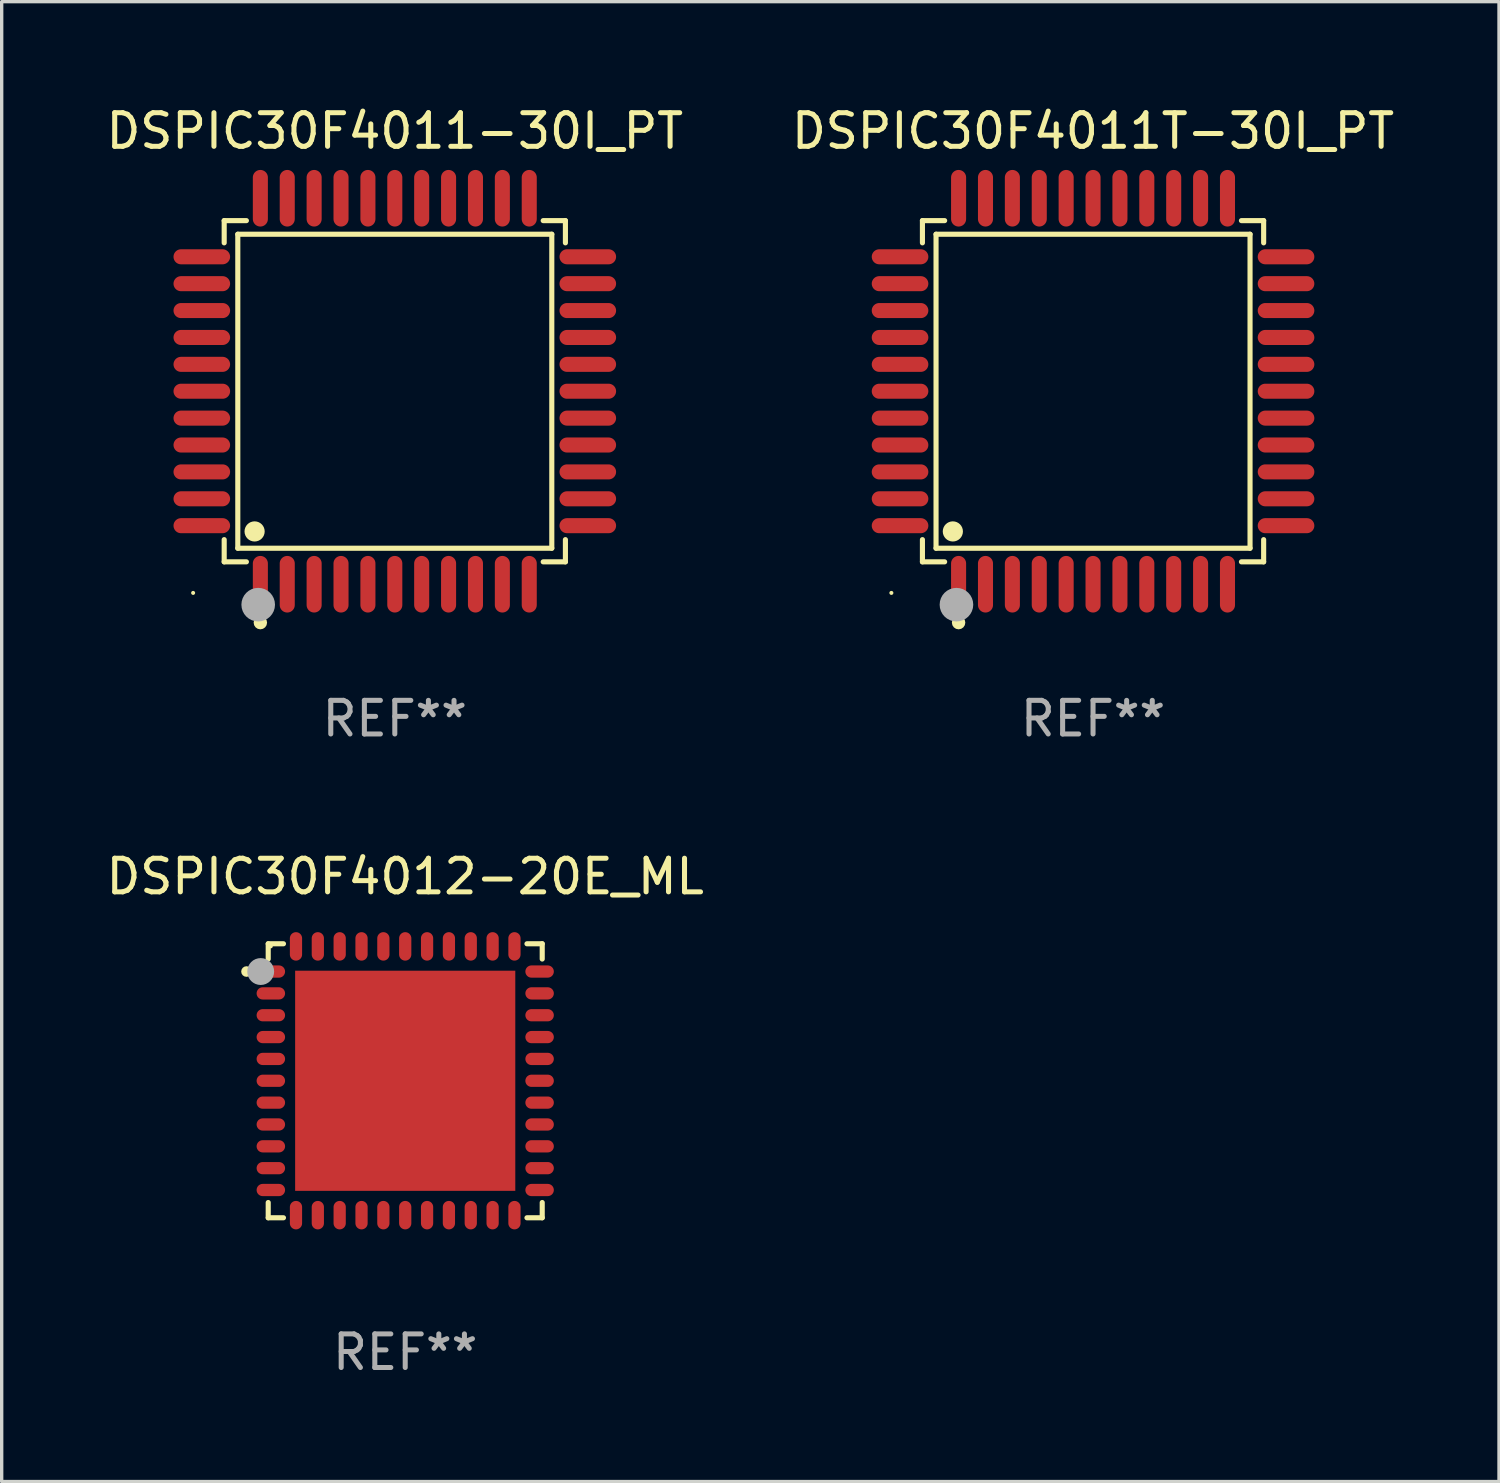
<source format=kicad_pcb>
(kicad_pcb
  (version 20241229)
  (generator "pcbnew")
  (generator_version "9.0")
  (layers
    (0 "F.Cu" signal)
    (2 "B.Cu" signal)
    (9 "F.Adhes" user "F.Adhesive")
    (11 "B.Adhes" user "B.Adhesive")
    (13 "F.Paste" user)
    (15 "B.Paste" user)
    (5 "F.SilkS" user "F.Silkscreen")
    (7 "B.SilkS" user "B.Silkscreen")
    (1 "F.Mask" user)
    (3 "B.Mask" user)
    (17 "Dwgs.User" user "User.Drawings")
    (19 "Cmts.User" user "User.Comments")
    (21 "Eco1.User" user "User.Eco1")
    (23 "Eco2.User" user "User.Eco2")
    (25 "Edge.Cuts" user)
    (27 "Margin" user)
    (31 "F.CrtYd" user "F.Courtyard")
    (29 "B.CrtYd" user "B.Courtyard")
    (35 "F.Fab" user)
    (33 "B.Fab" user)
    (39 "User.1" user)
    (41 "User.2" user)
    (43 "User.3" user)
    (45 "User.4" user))
  (footprint "DSPIC30F4011-30I_PT"
    (layer "F.Cu")
    (at 8.696 8.59)
    (property "Reference" "DSPIC30F4011-30I_PT" (at 0 -7.742 0) (layer "F.SilkS") (effects (font (size 1 1) (thickness 0.15))))
    (attr through_hole)
    (fp_line (start -5.076 -5.076) (end -4.415 -5.076) (stroke (width 0.152) (type solid)) (layer "F.SilkS"))
    (fp_line (start -5.076 -4.415) (end -5.076 -5.076) (stroke (width 0.152) (type solid)) (layer "F.SilkS"))
    (fp_line (start -5.076 4.415) (end -5.076 5.076) (stroke (width 0.152) (type solid)) (layer "F.SilkS"))
    (fp_line (start -5.076 5.076) (end -4.415 5.076) (stroke (width 0.152) (type solid)) (layer "F.SilkS"))
    (fp_line (start -4.671 -4.671) (end 4.671 -4.671) (stroke (width 0.152) (type solid)) (layer "F.SilkS"))
    (fp_line (start -4.671 4.671) (end -4.671 -4.671) (stroke (width 0.152) (type solid)) (layer "F.SilkS"))
    (fp_line (start 4.671 -4.671) (end 4.671 4.671) (stroke (width 0.152) (type solid)) (layer "F.SilkS"))
    (fp_line (start 4.671 4.671) (end -4.671 4.671) (stroke (width 0.152) (type solid)) (layer "F.SilkS"))
    (fp_line (start 5.076 -5.076) (end 4.415 -5.076) (stroke (width 0.152) (type solid)) (layer "F.SilkS"))
    (fp_line (start 5.076 -4.415) (end 5.076 -5.076) (stroke (width 0.152) (type solid)) (layer "F.SilkS"))
    (fp_line (start 5.076 4.415) (end 5.076 5.076) (stroke (width 0.152) (type solid)) (layer "F.SilkS"))
    (fp_line (start 5.076 5.076) (end 4.415 5.076) (stroke (width 0.152) (type solid)) (layer "F.SilkS"))
    (fp_circle (center -6 6) (end -5.97 6) (stroke (width 0.06) (type solid)) (fill no) (layer "F.SilkS"))
    (fp_circle (center -4.171 4.171) (end -4.021 4.171) (stroke (width 0.3) (type solid)) (fill no) (layer "F.SilkS"))
    (fp_circle (center -4 6.884) (end -3.9 6.884) (stroke (width 0.2) (type solid)) (fill no) (layer "F.SilkS"))
    (fp_circle (center -4.064 6.35) (end -3.814 6.35) (stroke (width 0.5) (type solid)) (fill no) (layer "F.Fab"))
    (fp_text user "REF**" (at 0 9.742 0) (layer "F.Fab") (effects (font (size 1 1) (thickness 0.15))))
    (pad "1" smd oval (at -4 5.742) (size 0.448 1.684) (layers "F.Cu" "F.Mask" "F.Paste"))
    (pad "2" smd oval (at -3.2 5.742) (size 0.448 1.684) (layers "F.Cu" "F.Mask" "F.Paste"))
    (pad "3" smd oval (at -2.4 5.742) (size 0.448 1.684) (layers "F.Cu" "F.Mask" "F.Paste"))
    (pad "4" smd oval (at -1.6 5.742) (size 0.448 1.684) (layers "F.Cu" "F.Mask" "F.Paste"))
    (pad "5" smd oval (at -0.8 5.742) (size 0.448 1.684) (layers "F.Cu" "F.Mask" "F.Paste"))
    (pad "6" smd oval (at 0 5.742) (size 0.448 1.684) (layers "F.Cu" "F.Mask" "F.Paste"))
    (pad "7" smd oval (at 0.8 5.742) (size 0.448 1.684) (layers "F.Cu" "F.Mask" "F.Paste"))
    (pad "8" smd oval (at 1.6 5.742) (size 0.448 1.684) (layers "F.Cu" "F.Mask" "F.Paste"))
    (pad "9" smd oval (at 2.4 5.742) (size 0.448 1.684) (layers "F.Cu" "F.Mask" "F.Paste"))
    (pad "10" smd oval (at 3.2 5.742) (size 0.448 1.684) (layers "F.Cu" "F.Mask" "F.Paste"))
    (pad "11" smd oval (at 4 5.742) (size 0.448 1.684) (layers "F.Cu" "F.Mask" "F.Paste"))
    (pad "12" smd oval (at 5.742 4) (size 1.684 0.448) (layers "F.Cu" "F.Mask" "F.Paste"))
    (pad "13" smd oval (at 5.742 3.2) (size 1.684 0.448) (layers "F.Cu" "F.Mask" "F.Paste"))
    (pad "14" smd oval (at 5.742 2.4) (size 1.684 0.448) (layers "F.Cu" "F.Mask" "F.Paste"))
    (pad "15" smd oval (at 5.742 1.6) (size 1.684 0.448) (layers "F.Cu" "F.Mask" "F.Paste"))
    (pad "16" smd oval (at 5.742 0.8) (size 1.684 0.448) (layers "F.Cu" "F.Mask" "F.Paste"))
    (pad "17" smd oval (at 5.742 0) (size 1.684 0.448) (layers "F.Cu" "F.Mask" "F.Paste"))
    (pad "18" smd oval (at 5.742 -0.8) (size 1.684 0.448) (layers "F.Cu" "F.Mask" "F.Paste"))
    (pad "19" smd oval (at 5.742 -1.6) (size 1.684 0.448) (layers "F.Cu" "F.Mask" "F.Paste"))
    (pad "20" smd oval (at 5.742 -2.4) (size 1.684 0.448) (layers "F.Cu" "F.Mask" "F.Paste"))
    (pad "21" smd oval (at 5.742 -3.2) (size 1.684 0.448) (layers "F.Cu" "F.Mask" "F.Paste"))
    (pad "22" smd oval (at 5.742 -4) (size 1.684 0.448) (layers "F.Cu" "F.Mask" "F.Paste"))
    (pad "23" smd oval (at 4 -5.742) (size 0.448 1.684) (layers "F.Cu" "F.Mask" "F.Paste"))
    (pad "24" smd oval (at 3.2 -5.742) (size 0.448 1.684) (layers "F.Cu" "F.Mask" "F.Paste"))
    (pad "25" smd oval (at 2.4 -5.742) (size 0.448 1.684) (layers "F.Cu" "F.Mask" "F.Paste"))
    (pad "26" smd oval (at 1.6 -5.742) (size 0.448 1.684) (layers "F.Cu" "F.Mask" "F.Paste"))
    (pad "27" smd oval (at 0.8 -5.742) (size 0.448 1.684) (layers "F.Cu" "F.Mask" "F.Paste"))
    (pad "28" smd oval (at 0 -5.742) (size 0.448 1.684) (layers "F.Cu" "F.Mask" "F.Paste"))
    (pad "29" smd oval (at -0.8 -5.742) (size 0.448 1.684) (layers "F.Cu" "F.Mask" "F.Paste"))
    (pad "30" smd oval (at -1.6 -5.742) (size 0.448 1.684) (layers "F.Cu" "F.Mask" "F.Paste"))
    (pad "31" smd oval (at -2.4 -5.742) (size 0.448 1.684) (layers "F.Cu" "F.Mask" "F.Paste"))
    (pad "32" smd oval (at -3.2 -5.742) (size 0.448 1.684) (layers "F.Cu" "F.Mask" "F.Paste"))
    (pad "33" smd oval (at -4 -5.742) (size 0.448 1.684) (layers "F.Cu" "F.Mask" "F.Paste"))
    (pad "34" smd oval (at -5.742 -4) (size 1.684 0.448) (layers "F.Cu" "F.Mask" "F.Paste"))
    (pad "35" smd oval (at -5.742 -3.2) (size 1.684 0.448) (layers "F.Cu" "F.Mask" "F.Paste"))
    (pad "36" smd oval (at -5.742 -2.4) (size 1.684 0.448) (layers "F.Cu" "F.Mask" "F.Paste"))
    (pad "37" smd oval (at -5.742 -1.6) (size 1.684 0.448) (layers "F.Cu" "F.Mask" "F.Paste"))
    (pad "38" smd oval (at -5.742 -0.8) (size 1.684 0.448) (layers "F.Cu" "F.Mask" "F.Paste"))
    (pad "39" smd oval (at -5.742 0) (size 1.684 0.448) (layers "F.Cu" "F.Mask" "F.Paste"))
    (pad "40" smd oval (at -5.742 0.8) (size 1.684 0.448) (layers "F.Cu" "F.Mask" "F.Paste"))
    (pad "41" smd oval (at -5.742 1.6) (size 1.684 0.448) (layers "F.Cu" "F.Mask" "F.Paste"))
    (pad "42" smd oval (at -5.742 2.4) (size 1.684 0.448) (layers "F.Cu" "F.Mask" "F.Paste"))
    (pad "43" smd oval (at -5.742 3.2) (size 1.684 0.448) (layers "F.Cu" "F.Mask" "F.Paste"))
    (pad "44" smd oval (at -5.742 4) (size 1.684 0.448) (layers "F.Cu" "F.Mask" "F.Paste")))
  (footprint "DSPIC30F4012-20E_ML"
    (layer "F.Cu")
    (at 9.006 29.105)
    (property "Reference" "DSPIC30F4012-20E_ML" (at 0 -6.076 0) (layer "F.SilkS") (effects (font (size 1 1) (thickness 0.15))))
    (attr through_hole)
    (fp_line (start -4.076 -4.076) (end -4.076 -3.622) (stroke (width 0.152) (type solid)) (layer "F.SilkS"))
    (fp_line (start -4.076 4.076) (end -4.076 3.622) (stroke (width 0.152) (type solid)) (layer "F.SilkS"))
    (fp_line (start -3.622 -4.076) (end -4.076 -4.076) (stroke (width 0.152) (type solid)) (layer "F.SilkS"))
    (fp_line (start -3.622 4.076) (end -4.076 4.076) (stroke (width 0.152) (type solid)) (layer "F.SilkS"))
    (fp_line (start 3.622 -4.076) (end 4.076 -4.076) (stroke (width 0.152) (type solid)) (layer "F.SilkS"))
    (fp_line (start 3.622 4.076) (end 4.076 4.076) (stroke (width 0.152) (type solid)) (layer "F.SilkS"))
    (fp_line (start 4.076 -4.076) (end 4.076 -3.622) (stroke (width 0.152) (type solid)) (layer "F.SilkS"))
    (fp_line (start 4.076 4.076) (end 4.076 3.622) (stroke (width 0.152) (type solid)) (layer "F.SilkS"))
    (fp_circle (center -4.722 -3.25) (end -4.643 -3.25) (stroke (width 0.158) (type solid)) (fill no) (layer "F.SilkS"))
    (fp_circle (center -4 -4) (end -3.97 -4) (stroke (width 0.06) (type solid)) (fill no) (layer "F.SilkS"))
    (fp_circle (center -4.3 -3.25) (end -4.1 -3.25) (stroke (width 0.4) (type solid)) (fill no) (layer "F.Fab"))
    (fp_text user "REF**" (at 0 8.076 0) (layer "F.Fab") (effects (font (size 1 1) (thickness 0.15))))
    (pad "1" smd oval (at -3.998 -3.25 270) (size 0.364 0.847) (layers "F.Cu" "F.Mask" "F.Paste"))
    (pad "2" smd oval (at -3.998 -2.6 270) (size 0.364 0.847) (layers "F.Cu" "F.Mask" "F.Paste"))
    (pad "3" smd oval (at -3.998 -1.95 270) (size 0.364 0.847) (layers "F.Cu" "F.Mask" "F.Paste"))
    (pad "4" smd oval (at -3.998 -1.3 270) (size 0.364 0.847) (layers "F.Cu" "F.Mask" "F.Paste"))
    (pad "5" smd oval (at -3.998 -0.65 270) (size 0.364 0.847) (layers "F.Cu" "F.Mask" "F.Paste"))
    (pad "6" smd oval (at -3.998 0 270) (size 0.364 0.847) (layers "F.Cu" "F.Mask" "F.Paste"))
    (pad "7" smd oval (at -3.998 0.65 270) (size 0.364 0.847) (layers "F.Cu" "F.Mask" "F.Paste"))
    (pad "8" smd oval (at -3.998 1.3 270) (size 0.364 0.847) (layers "F.Cu" "F.Mask" "F.Paste"))
    (pad "9" smd oval (at -3.998 1.95 270) (size 0.364 0.847) (layers "F.Cu" "F.Mask" "F.Paste"))
    (pad "10" smd oval (at -3.998 2.6 270) (size 0.364 0.847) (layers "F.Cu" "F.Mask" "F.Paste"))
    (pad "11" smd oval (at -3.998 3.25 270) (size 0.364 0.847) (layers "F.Cu" "F.Mask" "F.Paste"))
    (pad "12" smd oval (at -3.25 3.998 270) (size 0.847 0.364) (layers "F.Cu" "F.Mask" "F.Paste"))
    (pad "13" smd oval (at -2.6 3.998 270) (size 0.847 0.364) (layers "F.Cu" "F.Mask" "F.Paste"))
    (pad "14" smd oval (at -1.95 3.998 270) (size 0.847 0.364) (layers "F.Cu" "F.Mask" "F.Paste"))
    (pad "15" smd oval (at -1.3 3.998 270) (size 0.847 0.364) (layers "F.Cu" "F.Mask" "F.Paste"))
    (pad "16" smd oval (at -0.65 3.998 270) (size 0.847 0.364) (layers "F.Cu" "F.Mask" "F.Paste"))
    (pad "17" smd oval (at 0 3.998 270) (size 0.847 0.364) (layers "F.Cu" "F.Mask" "F.Paste"))
    (pad "18" smd oval (at 0.65 3.998 270) (size 0.847 0.364) (layers "F.Cu" "F.Mask" "F.Paste"))
    (pad "19" smd oval (at 1.3 3.998 270) (size 0.847 0.364) (layers "F.Cu" "F.Mask" "F.Paste"))
    (pad "20" smd oval (at 1.95 3.998 270) (size 0.847 0.364) (layers "F.Cu" "F.Mask" "F.Paste"))
    (pad "21" smd oval (at 2.6 3.998 270) (size 0.847 0.364) (layers "F.Cu" "F.Mask" "F.Paste"))
    (pad "22" smd oval (at 3.25 3.998 270) (size 0.847 0.364) (layers "F.Cu" "F.Mask" "F.Paste"))
    (pad "23" smd oval (at 3.998 3.25 270) (size 0.364 0.847) (layers "F.Cu" "F.Mask" "F.Paste"))
    (pad "24" smd oval (at 3.998 2.6 270) (size 0.364 0.847) (layers "F.Cu" "F.Mask" "F.Paste"))
    (pad "25" smd oval (at 3.998 1.95 270) (size 0.364 0.847) (layers "F.Cu" "F.Mask" "F.Paste"))
    (pad "26" smd oval (at 3.998 1.3 270) (size 0.364 0.847) (layers "F.Cu" "F.Mask" "F.Paste"))
    (pad "27" smd oval (at 3.998 0.65 270) (size 0.364 0.847) (layers "F.Cu" "F.Mask" "F.Paste"))
    (pad "28" smd oval (at 3.998 0 270) (size 0.364 0.847) (layers "F.Cu" "F.Mask" "F.Paste"))
    (pad "29" smd oval (at 3.998 -0.65 270) (size 0.364 0.847) (layers "F.Cu" "F.Mask" "F.Paste"))
    (pad "30" smd oval (at 3.998 -1.3 270) (size 0.364 0.847) (layers "F.Cu" "F.Mask" "F.Paste"))
    (pad "31" smd oval (at 3.998 -1.95 270) (size 0.364 0.847) (layers "F.Cu" "F.Mask" "F.Paste"))
    (pad "32" smd oval (at 3.998 -2.6 270) (size 0.364 0.847) (layers "F.Cu" "F.Mask" "F.Paste"))
    (pad "33" smd oval (at 3.998 -3.25 270) (size 0.364 0.847) (layers "F.Cu" "F.Mask" "F.Paste"))
    (pad "34" smd oval (at 3.25 -3.998 270) (size 0.847 0.364) (layers "F.Cu" "F.Mask" "F.Paste"))
    (pad "35" smd oval (at 2.6 -3.998 270) (size 0.847 0.364) (layers "F.Cu" "F.Mask" "F.Paste"))
    (pad "36" smd oval (at 1.95 -3.998 270) (size 0.847 0.364) (layers "F.Cu" "F.Mask" "F.Paste"))
    (pad "37" smd oval (at 1.3 -3.998 270) (size 0.847 0.364) (layers "F.Cu" "F.Mask" "F.Paste"))
    (pad "38" smd oval (at 0.65 -3.998 270) (size 0.847 0.364) (layers "F.Cu" "F.Mask" "F.Paste"))
    (pad "39" smd oval (at 0 -3.998 270) (size 0.847 0.364) (layers "F.Cu" "F.Mask" "F.Paste"))
    (pad "40" smd oval (at -0.65 -3.998 270) (size 0.847 0.364) (layers "F.Cu" "F.Mask" "F.Paste"))
    (pad "41" smd oval (at -1.3 -3.998 270) (size 0.847 0.364) (layers "F.Cu" "F.Mask" "F.Paste"))
    (pad "42" smd oval (at -1.95 -3.998 270) (size 0.847 0.364) (layers "F.Cu" "F.Mask" "F.Paste"))
    (pad "43" smd oval (at -2.6 -3.998 270) (size 0.847 0.364) (layers "F.Cu" "F.Mask" "F.Paste"))
    (pad "44" smd oval (at -3.25 -3.998 270) (size 0.847 0.364) (layers "F.Cu" "F.Mask" "F.Paste"))
    (pad "45" smd rect (at 0 0 270) (size 6.55 6.55) (layers "F.Cu" "F.Mask" "F.Paste")))
  (footprint "DSPIC30F4011T-30I_PT"
    (layer "F.Cu")
    (at 29.47 8.59)
    (property "Reference" "DSPIC30F4011T-30I_PT" (at 0 -7.742 0) (layer "F.SilkS") (effects (font (size 1 1) (thickness 0.15))))
    (attr through_hole)
    (fp_line (start -5.076 -5.076) (end -4.415 -5.076) (stroke (width 0.152) (type solid)) (layer "F.SilkS"))
    (fp_line (start -5.076 -4.415) (end -5.076 -5.076) (stroke (width 0.152) (type solid)) (layer "F.SilkS"))
    (fp_line (start -5.076 4.415) (end -5.076 5.076) (stroke (width 0.152) (type solid)) (layer "F.SilkS"))
    (fp_line (start -5.076 5.076) (end -4.415 5.076) (stroke (width 0.152) (type solid)) (layer "F.SilkS"))
    (fp_line (start -4.671 -4.671) (end 4.671 -4.671) (stroke (width 0.152) (type solid)) (layer "F.SilkS"))
    (fp_line (start -4.671 4.671) (end -4.671 -4.671) (stroke (width 0.152) (type solid)) (layer "F.SilkS"))
    (fp_line (start 4.671 -4.671) (end 4.671 4.671) (stroke (width 0.152) (type solid)) (layer "F.SilkS"))
    (fp_line (start 4.671 4.671) (end -4.671 4.671) (stroke (width 0.152) (type solid)) (layer "F.SilkS"))
    (fp_line (start 5.076 -5.076) (end 4.415 -5.076) (stroke (width 0.152) (type solid)) (layer "F.SilkS"))
    (fp_line (start 5.076 -4.415) (end 5.076 -5.076) (stroke (width 0.152) (type solid)) (layer "F.SilkS"))
    (fp_line (start 5.076 4.415) (end 5.076 5.076) (stroke (width 0.152) (type solid)) (layer "F.SilkS"))
    (fp_line (start 5.076 5.076) (end 4.415 5.076) (stroke (width 0.152) (type solid)) (layer "F.SilkS"))
    (fp_circle (center -6 6) (end -5.97 6) (stroke (width 0.06) (type solid)) (fill no) (layer "F.SilkS"))
    (fp_circle (center -4.171 4.171) (end -4.021 4.171) (stroke (width 0.3) (type solid)) (fill no) (layer "F.SilkS"))
    (fp_circle (center -4 6.884) (end -3.9 6.884) (stroke (width 0.2) (type solid)) (fill no) (layer "F.SilkS"))
    (fp_circle (center -4.064 6.35) (end -3.814 6.35) (stroke (width 0.5) (type solid)) (fill no) (layer "F.Fab"))
    (fp_text user "REF**" (at 0 9.742 0) (layer "F.Fab") (effects (font (size 1 1) (thickness 0.15))))
    (pad "1" smd oval (at -4 5.742) (size 0.448 1.684) (layers "F.Cu" "F.Mask" "F.Paste"))
    (pad "2" smd oval (at -3.2 5.742) (size 0.448 1.684) (layers "F.Cu" "F.Mask" "F.Paste"))
    (pad "3" smd oval (at -2.4 5.742) (size 0.448 1.684) (layers "F.Cu" "F.Mask" "F.Paste"))
    (pad "4" smd oval (at -1.6 5.742) (size 0.448 1.684) (layers "F.Cu" "F.Mask" "F.Paste"))
    (pad "5" smd oval (at -0.8 5.742) (size 0.448 1.684) (layers "F.Cu" "F.Mask" "F.Paste"))
    (pad "6" smd oval (at 0 5.742) (size 0.448 1.684) (layers "F.Cu" "F.Mask" "F.Paste"))
    (pad "7" smd oval (at 0.8 5.742) (size 0.448 1.684) (layers "F.Cu" "F.Mask" "F.Paste"))
    (pad "8" smd oval (at 1.6 5.742) (size 0.448 1.684) (layers "F.Cu" "F.Mask" "F.Paste"))
    (pad "9" smd oval (at 2.4 5.742) (size 0.448 1.684) (layers "F.Cu" "F.Mask" "F.Paste"))
    (pad "10" smd oval (at 3.2 5.742) (size 0.448 1.684) (layers "F.Cu" "F.Mask" "F.Paste"))
    (pad "11" smd oval (at 4 5.742) (size 0.448 1.684) (layers "F.Cu" "F.Mask" "F.Paste"))
    (pad "12" smd oval (at 5.742 4) (size 1.684 0.448) (layers "F.Cu" "F.Mask" "F.Paste"))
    (pad "13" smd oval (at 5.742 3.2) (size 1.684 0.448) (layers "F.Cu" "F.Mask" "F.Paste"))
    (pad "14" smd oval (at 5.742 2.4) (size 1.684 0.448) (layers "F.Cu" "F.Mask" "F.Paste"))
    (pad "15" smd oval (at 5.742 1.6) (size 1.684 0.448) (layers "F.Cu" "F.Mask" "F.Paste"))
    (pad "16" smd oval (at 5.742 0.8) (size 1.684 0.448) (layers "F.Cu" "F.Mask" "F.Paste"))
    (pad "17" smd oval (at 5.742 0) (size 1.684 0.448) (layers "F.Cu" "F.Mask" "F.Paste"))
    (pad "18" smd oval (at 5.742 -0.8) (size 1.684 0.448) (layers "F.Cu" "F.Mask" "F.Paste"))
    (pad "19" smd oval (at 5.742 -1.6) (size 1.684 0.448) (layers "F.Cu" "F.Mask" "F.Paste"))
    (pad "20" smd oval (at 5.742 -2.4) (size 1.684 0.448) (layers "F.Cu" "F.Mask" "F.Paste"))
    (pad "21" smd oval (at 5.742 -3.2) (size 1.684 0.448) (layers "F.Cu" "F.Mask" "F.Paste"))
    (pad "22" smd oval (at 5.742 -4) (size 1.684 0.448) (layers "F.Cu" "F.Mask" "F.Paste"))
    (pad "23" smd oval (at 4 -5.742) (size 0.448 1.684) (layers "F.Cu" "F.Mask" "F.Paste"))
    (pad "24" smd oval (at 3.2 -5.742) (size 0.448 1.684) (layers "F.Cu" "F.Mask" "F.Paste"))
    (pad "25" smd oval (at 2.4 -5.742) (size 0.448 1.684) (layers "F.Cu" "F.Mask" "F.Paste"))
    (pad "26" smd oval (at 1.6 -5.742) (size 0.448 1.684) (layers "F.Cu" "F.Mask" "F.Paste"))
    (pad "27" smd oval (at 0.8 -5.742) (size 0.448 1.684) (layers "F.Cu" "F.Mask" "F.Paste"))
    (pad "28" smd oval (at 0 -5.742) (size 0.448 1.684) (layers "F.Cu" "F.Mask" "F.Paste"))
    (pad "29" smd oval (at -0.8 -5.742) (size 0.448 1.684) (layers "F.Cu" "F.Mask" "F.Paste"))
    (pad "30" smd oval (at -1.6 -5.742) (size 0.448 1.684) (layers "F.Cu" "F.Mask" "F.Paste"))
    (pad "31" smd oval (at -2.4 -5.742) (size 0.448 1.684) (layers "F.Cu" "F.Mask" "F.Paste"))
    (pad "32" smd oval (at -3.2 -5.742) (size 0.448 1.684) (layers "F.Cu" "F.Mask" "F.Paste"))
    (pad "33" smd oval (at -4 -5.742) (size 0.448 1.684) (layers "F.Cu" "F.Mask" "F.Paste"))
    (pad "34" smd oval (at -5.742 -4) (size 1.684 0.448) (layers "F.Cu" "F.Mask" "F.Paste"))
    (pad "35" smd oval (at -5.742 -3.2) (size 1.684 0.448) (layers "F.Cu" "F.Mask" "F.Paste"))
    (pad "36" smd oval (at -5.742 -2.4) (size 1.684 0.448) (layers "F.Cu" "F.Mask" "F.Paste"))
    (pad "37" smd oval (at -5.742 -1.6) (size 1.684 0.448) (layers "F.Cu" "F.Mask" "F.Paste"))
    (pad "38" smd oval (at -5.742 -0.8) (size 1.684 0.448) (layers "F.Cu" "F.Mask" "F.Paste"))
    (pad "39" smd oval (at -5.742 0) (size 1.684 0.448) (layers "F.Cu" "F.Mask" "F.Paste"))
    (pad "40" smd oval (at -5.742 0.8) (size 1.684 0.448) (layers "F.Cu" "F.Mask" "F.Paste"))
    (pad "41" smd oval (at -5.742 1.6) (size 1.684 0.448) (layers "F.Cu" "F.Mask" "F.Paste"))
    (pad "42" smd oval (at -5.742 2.4) (size 1.684 0.448) (layers "F.Cu" "F.Mask" "F.Paste"))
    (pad "43" smd oval (at -5.742 3.2) (size 1.684 0.448) (layers "F.Cu" "F.Mask" "F.Paste"))
    (pad "44" smd oval (at -5.742 4) (size 1.684 0.448) (layers "F.Cu" "F.Mask" "F.Paste")))
  (gr_rect
    (start -3 -3)
    (end 41.548 41.029)
    (stroke (width 0.1) (type default))
    (fill no)
    (layer "Edge.Cuts")))
</source>
